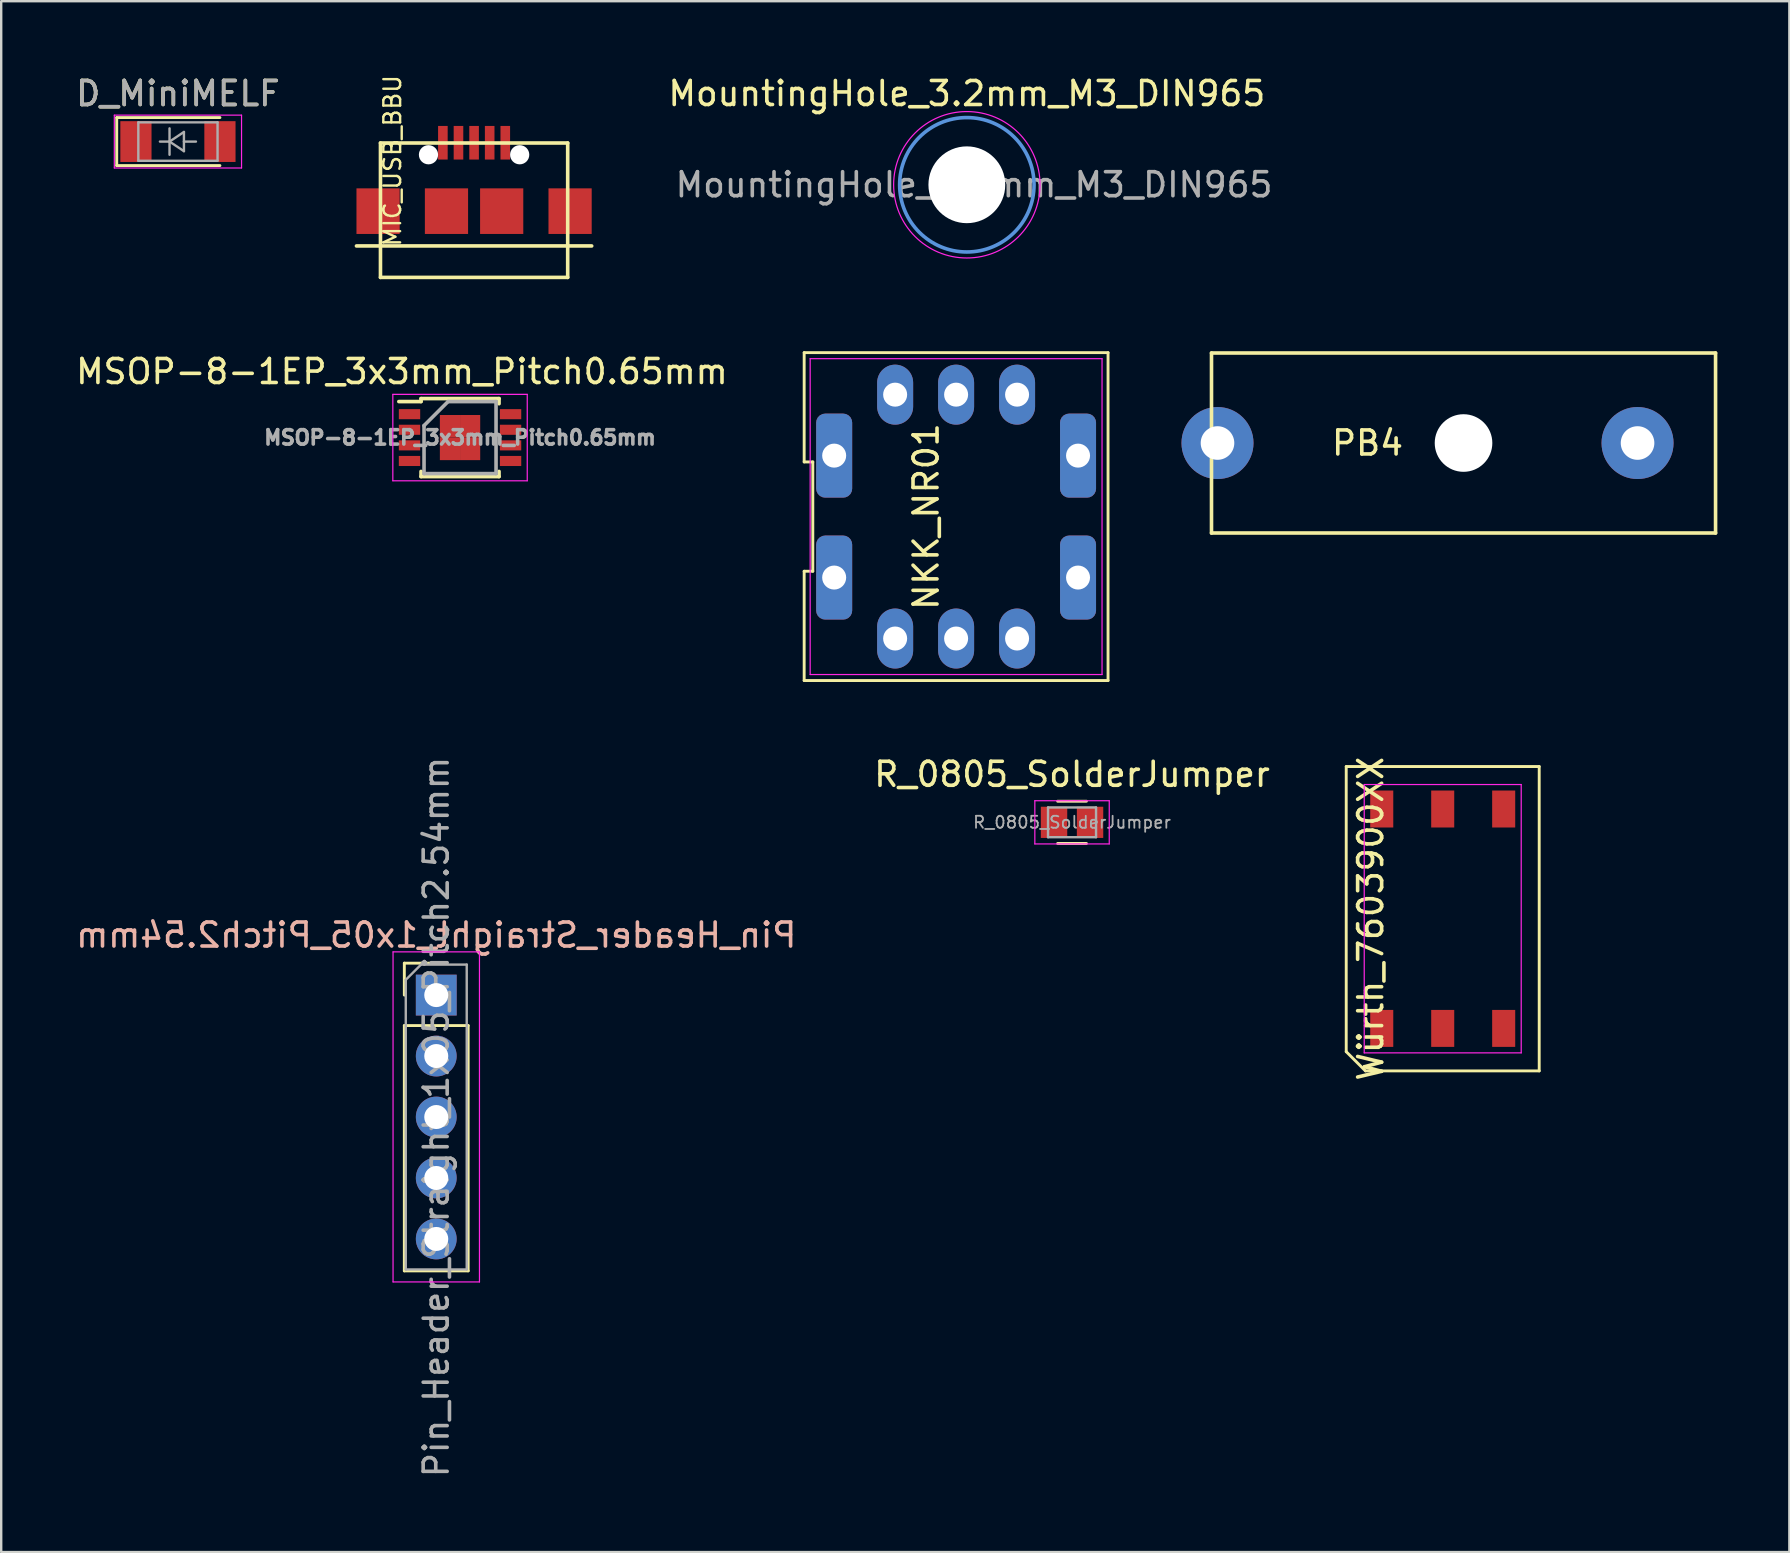
<source format=kicad_pcb>
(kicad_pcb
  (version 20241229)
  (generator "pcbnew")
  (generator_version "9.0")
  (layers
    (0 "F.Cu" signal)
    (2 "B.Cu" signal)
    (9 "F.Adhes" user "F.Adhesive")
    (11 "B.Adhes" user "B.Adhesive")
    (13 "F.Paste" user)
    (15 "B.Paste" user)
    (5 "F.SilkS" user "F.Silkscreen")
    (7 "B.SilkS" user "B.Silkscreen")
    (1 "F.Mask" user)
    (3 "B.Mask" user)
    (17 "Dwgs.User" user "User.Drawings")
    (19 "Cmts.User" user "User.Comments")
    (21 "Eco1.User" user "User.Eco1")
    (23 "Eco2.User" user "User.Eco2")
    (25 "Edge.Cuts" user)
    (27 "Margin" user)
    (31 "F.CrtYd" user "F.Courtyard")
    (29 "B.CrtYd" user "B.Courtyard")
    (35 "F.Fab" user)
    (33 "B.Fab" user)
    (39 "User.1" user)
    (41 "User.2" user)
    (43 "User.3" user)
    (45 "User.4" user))
  (footprint "R_0805_SolderJumper"
    (layer "F.Cu")
    (at 41.613 31.21)
    (property "Reference" "R_0805_SolderJumper" (at 0 -2 0) (layer "F.SilkS") (effects (font (size 1 1) (thickness 0.15))))
    (attr smd)
    (fp_line (start -0.6 -0.88) (end 0.6 -0.88) (stroke (width 0.12) (type solid)) (layer "F.SilkS"))
    (fp_line (start 0.6 0.88) (end -0.6 0.88) (stroke (width 0.12) (type solid)) (layer "F.SilkS"))
    (fp_line (start -1.55 -0.9) (end -1.55 0.9) (stroke (width 0.05) (type solid)) (layer "F.CrtYd"))
    (fp_line (start -1.55 -0.9) (end 1.55 -0.9) (stroke (width 0.05) (type solid)) (layer "F.CrtYd"))
    (fp_line (start 1.55 0.9) (end -1.55 0.9) (stroke (width 0.05) (type solid)) (layer "F.CrtYd"))
    (fp_line (start 1.55 0.9) (end 1.55 -0.9) (stroke (width 0.05) (type solid)) (layer "F.CrtYd"))
    (fp_line (start -1 -0.62) (end 1 -0.62) (stroke (width 0.1) (type solid)) (layer "F.Fab"))
    (fp_line (start -1 0.62) (end -1 -0.62) (stroke (width 0.1) (type solid)) (layer "F.Fab"))
    (fp_line (start 1 -0.62) (end 1 0.62) (stroke (width 0.1) (type solid)) (layer "F.Fab"))
    (fp_line (start 1 0.62) (end -1 0.62) (stroke (width 0.1) (type solid)) (layer "F.Fab"))
    (fp_text user "${REFERENCE}" (at 0 0 0) (layer "F.Fab") (effects (font (size 0.5 0.5) (thickness 0.075))))
    (pad "1" smd rect (at -0.75 0) (size 1.1 1.3) (layers "F.Cu" "F.Mask" "F.Paste"))
    (pad "2" smd rect (at 0.75 0) (size 1.1 1.3) (layers "F.Cu" "F.Mask" "F.Paste")))
  (footprint "NKK_NR01"
    (layer "F.Cu")
    (at 36.783 18.472)
    (property "Reference" "NKK_NR01" (at -1.25 0 90) (layer "F.SilkS") (effects (font (size 1 1) (thickness 0.15))))
    (attr through_hole)
    (fp_line (start -6.33 -6.83) (end -6.33 -2.277) (stroke (width 0.12) (type solid)) (layer "F.SilkS"))
    (fp_line (start -6.33 -2.277) (end -5.97 -2.277) (stroke (width 0.12) (type solid)) (layer "F.SilkS"))
    (fp_line (start -6.33 2.277) (end -6.33 6.83) (stroke (width 0.12) (type solid)) (layer "F.SilkS"))
    (fp_line (start -6.33 6.83) (end 6.33 6.83) (stroke (width 0.12) (type solid)) (layer "F.SilkS"))
    (fp_line (start -5.97 -2.277) (end -5.97 2.277) (stroke (width 0.12) (type solid)) (layer "F.SilkS"))
    (fp_line (start -5.97 2.277) (end -6.33 2.277) (stroke (width 0.12) (type solid)) (layer "F.SilkS"))
    (fp_line (start 6.33 -6.83) (end -6.33 -6.83) (stroke (width 0.12) (type solid)) (layer "F.SilkS"))
    (fp_line (start 6.33 6.83) (end 6.33 -6.83) (stroke (width 0.12) (type solid)) (layer "F.SilkS"))
    (fp_line (start -6.08 -6.58) (end 6.08 -6.58) (stroke (width 0.05) (type solid)) (layer "F.CrtYd"))
    (fp_line (start -6.08 6.58) (end -6.08 -6.58) (stroke (width 0.05) (type solid)) (layer "F.CrtYd"))
    (fp_line (start 6.08 -6.58) (end 6.08 6.58) (stroke (width 0.05) (type solid)) (layer "F.CrtYd"))
    (fp_line (start 6.08 6.58) (end -6.08 6.58) (stroke (width 0.05) (type solid)) (layer "F.CrtYd"))
    (pad "" thru_hole roundrect (at -5.08 -2.54) (size 1.5 3.5) (drill 1) (layers "*.Cu" "*.Mask") (roundrect_rratio 0.25))
    (pad "" thru_hole roundrect (at -5.08 2.54) (size 1.5 3.5) (drill 1) (layers "*.Cu" "*.Mask") (roundrect_rratio 0.25))
    (pad "" thru_hole roundrect (at 5.08 -2.54) (size 1.5 3.5) (drill 1) (layers "*.Cu" "*.Mask") (roundrect_rratio 0.25))
    (pad "" thru_hole roundrect (at 5.08 2.54) (size 1.5 3.5) (drill 1) (layers "*.Cu" "*.Mask") (roundrect_rratio 0.25))
    (pad "1" thru_hole oval (at -2.54 5.08) (size 1.5 2.5) (drill 1) (layers "*.Cu" "*.Mask"))
    (pad "2" thru_hole oval (at -2.54 -5.08) (size 1.5 2.5) (drill 1) (layers "*.Cu" "*.Mask"))
    (pad "3" thru_hole oval (at 0 -5.08) (size 1.5 2.5) (drill 1) (layers "*.Cu" "*.Mask"))
    (pad "4" thru_hole oval (at 2.54 -5.08) (size 1.5 2.5) (drill 1) (layers "*.Cu" "*.Mask"))
    (pad "5" thru_hole oval (at 2.54 5.08) (size 1.5 2.5) (drill 1) (layers "*.Cu" "*.Mask"))
    (pad "C" thru_hole oval (at 0 5.08) (size 1.5 2.5) (drill 1) (layers "*.Cu" "*.Mask")))
  (footprint "Pin_Header_Straight_1x05_Pitch2.54mm"
    (layer "F.Cu")
    (at 15.125 38.407)
    (property "Reference" "Pin_Header_Straight_1x05_Pitch2.54mm" (at 0 -2.5 180) (layer "B.SilkS") (effects (font (size 1 1) (thickness 0.15)) (justify mirror)))
    (attr through_hole)
    (fp_line (start -1.33 -1.33) (end 0 -1.33) (stroke (width 0.12) (type solid)) (layer "F.SilkS"))
    (fp_line (start -1.33 0) (end -1.33 -1.33) (stroke (width 0.12) (type solid)) (layer "F.SilkS"))
    (fp_line (start -1.33 1.27) (end -1.33 11.49) (stroke (width 0.12) (type solid)) (layer "F.SilkS"))
    (fp_line (start -1.33 1.27) (end 1.33 1.27) (stroke (width 0.12) (type solid)) (layer "F.SilkS"))
    (fp_line (start -1.33 11.49) (end 1.33 11.49) (stroke (width 0.12) (type solid)) (layer "F.SilkS"))
    (fp_line (start 1.33 1.27) (end 1.33 11.49) (stroke (width 0.12) (type solid)) (layer "F.SilkS"))
    (fp_line (start -1.8 -1.8) (end -1.8 11.95) (stroke (width 0.05) (type solid)) (layer "F.CrtYd"))
    (fp_line (start -1.8 11.95) (end 1.8 11.95) (stroke (width 0.05) (type solid)) (layer "F.CrtYd"))
    (fp_line (start 1.8 -1.8) (end -1.8 -1.8) (stroke (width 0.05) (type solid)) (layer "F.CrtYd"))
    (fp_line (start 1.8 11.95) (end 1.8 -1.8) (stroke (width 0.05) (type solid)) (layer "F.CrtYd"))
    (fp_line (start -1.27 -0.635) (end -0.635 -1.27) (stroke (width 0.1) (type solid)) (layer "F.Fab"))
    (fp_line (start -1.27 11.43) (end -1.27 -0.635) (stroke (width 0.1) (type solid)) (layer "F.Fab"))
    (fp_line (start -0.635 -1.27) (end 1.27 -1.27) (stroke (width 0.1) (type solid)) (layer "F.Fab"))
    (fp_line (start 1.27 -1.27) (end 1.27 11.43) (stroke (width 0.1) (type solid)) (layer "F.Fab"))
    (fp_line (start 1.27 11.43) (end -1.27 11.43) (stroke (width 0.1) (type solid)) (layer "F.Fab"))
    (fp_text user "${REFERENCE}" (at 0 5.08 90) (layer "F.Fab") (effects (font (size 1 1) (thickness 0.15))))
    (pad "1" thru_hole rect (at 0 0) (size 1.7 1.7) (drill 1) (layers "*.Cu" "*.Mask"))
    (pad "2" thru_hole oval (at 0 2.54) (size 1.7 1.7) (drill 1) (layers "*.Cu" "*.Mask"))
    (pad "3" thru_hole oval (at 0 5.08) (size 1.7 1.7) (drill 1) (layers "*.Cu" "*.Mask"))
    (pad "4" thru_hole oval (at 0 7.62) (size 1.7 1.7) (drill 1) (layers "*.Cu" "*.Mask"))
    (pad "5" thru_hole oval (at 0 10.16) (size 1.7 1.7) (drill 1) (layers "*.Cu" "*.Mask")))
  (footprint "MIC_USB_BBU"
    (layer "F.Cu")
    (at 16.701 2.197)
    (property "Reference" "MIC_USB_BBU" (at -3.4 1.45 90) (layer "F.SilkS") (effects (font (size 0.7 0.7) (thickness 0.1))))
    (attr through_hole)
    (fp_line (start -4.9 5) (end 4.9 5) (stroke (width 0.15) (type solid)) (layer "F.SilkS"))
    (fp_line (start -3.9 0.71) (end -3.9 6.31) (stroke (width 0.15) (type solid)) (layer "F.SilkS"))
    (fp_line (start -3.9 0.71) (end 3.9 0.71) (stroke (width 0.15) (type solid)) (layer "F.SilkS"))
    (fp_line (start -3.9 6.31) (end 3.9 6.31) (stroke (width 0.15) (type solid)) (layer "F.SilkS"))
    (fp_line (start 3.9 0.71) (end 3.9 6.31) (stroke (width 0.15) (type solid)) (layer "F.SilkS"))
    (pad "" np_thru_hole circle (at -1.9 1.2) (size 0.8 0.8) (drill 0.8) (layers "*.Cu" "*.Mask"))
    (pad "" np_thru_hole circle (at 1.9 1.2) (size 0.8 0.8) (drill 0.8) (layers "*.Cu" "*.Mask"))
    (pad "1" smd rect (at -1.3 0.7) (size 0.4 1.4) (layers "F.Cu" "F.Mask" "F.Paste"))
    (pad "2" smd rect (at -0.65 0.7) (size 0.4 1.4) (layers "F.Cu" "F.Mask" "F.Paste"))
    (pad "3" smd rect (at 0 0.7) (size 0.4 1.4) (layers "F.Cu" "F.Mask" "F.Paste"))
    (pad "4" smd rect (at 0.65 0.7) (size 0.4 1.4) (layers "F.Cu" "F.Mask" "F.Paste"))
    (pad "5" smd rect (at 1.3 0.7) (size 0.4 1.4) (layers "F.Cu" "F.Mask" "F.Paste"))
    (pad "6" smd rect (at -4 3.55) (size 1.8 1.9) (layers "F.Cu" "F.Mask" "F.Paste"))
    (pad "6" smd rect (at -1.15 3.55) (size 1.8 1.9) (layers "F.Cu" "F.Mask" "F.Paste"))
    (pad "6" smd rect (at 1.15 3.55) (size 1.8 1.9) (layers "F.Cu" "F.Mask" "F.Paste"))
    (pad "6" smd rect (at 4 3.55) (size 1.8 1.9) (layers "F.Cu" "F.Mask" "F.Paste")))
  (footprint "D_MiniMELF"
    (layer "F.Cu")
    (at 4.363 2.848)
    (property "Reference" "D_MiniMELF" (at 0 -2 180) (layer "F.SilkS") (effects (font (size 1 1) (thickness 0.15))))
    (attr smd)
    (fp_line (start -2.55 -1) (end -2.55 1) (stroke (width 0.12) (type solid)) (layer "F.SilkS"))
    (fp_line (start -2.55 1) (end 1.75 1) (stroke (width 0.12) (type solid)) (layer "F.SilkS"))
    (fp_line (start 1.75 -1) (end -2.55 -1) (stroke (width 0.12) (type solid)) (layer "F.SilkS"))
    (fp_line (start -2.65 -1.1) (end 2.65 -1.1) (stroke (width 0.05) (type solid)) (layer "F.CrtYd"))
    (fp_line (start -2.65 1.1) (end -2.65 -1.1) (stroke (width 0.05) (type solid)) (layer "F.CrtYd"))
    (fp_line (start 2.65 -1.1) (end 2.65 1.1) (stroke (width 0.05) (type solid)) (layer "F.CrtYd"))
    (fp_line (start 2.65 1.1) (end -2.65 1.1) (stroke (width 0.05) (type solid)) (layer "F.CrtYd"))
    (fp_line (start -1.65 -0.8) (end 1.65 -0.8) (stroke (width 0.1) (type solid)) (layer "F.Fab"))
    (fp_line (start -1.65 0.8) (end -1.65 -0.8) (stroke (width 0.1) (type solid)) (layer "F.Fab"))
    (fp_line (start -0.75 0) (end -0.35 0) (stroke (width 0.1) (type solid)) (layer "F.Fab"))
    (fp_line (start -0.35 0) (end -0.35 -0.55) (stroke (width 0.1) (type solid)) (layer "F.Fab"))
    (fp_line (start -0.35 0) (end -0.35 0.55) (stroke (width 0.1) (type solid)) (layer "F.Fab"))
    (fp_line (start -0.35 0) (end 0.25 -0.4) (stroke (width 0.1) (type solid)) (layer "F.Fab"))
    (fp_line (start 0.25 -0.4) (end 0.25 0.4) (stroke (width 0.1) (type solid)) (layer "F.Fab"))
    (fp_line (start 0.25 0) (end 0.75 0) (stroke (width 0.1) (type solid)) (layer "F.Fab"))
    (fp_line (start 0.25 0.4) (end -0.35 0) (stroke (width 0.1) (type solid)) (layer "F.Fab"))
    (fp_line (start 1.65 -0.8) (end 1.65 0.8) (stroke (width 0.1) (type solid)) (layer "F.Fab"))
    (fp_line (start 1.65 0.8) (end -1.65 0.8) (stroke (width 0.1) (type solid)) (layer "F.Fab"))
    (fp_text user "${REFERENCE}" (at 0 -2 180) (layer "F.Fab") (effects (font (size 1 1) (thickness 0.15))))
    (pad "1" smd rect (at -1.75 0) (size 1.3 1.7) (layers "F.Cu" "F.Mask" "F.Paste"))
    (pad "2" smd rect (at 1.75 0) (size 1.3 1.7) (layers "F.Cu" "F.Mask" "F.Paste")))
  (footprint "PB4"
    (layer "F.Cu")
    (at 57.923 15.407)
    (property "Reference" "PB4" (at -4 0 180) (layer "F.SilkS") (effects (font (size 1 1) (thickness 0.15))))
    (attr through_hole)
    (fp_line (start -10.5 -3.75) (end 10.5 -3.75) (stroke (width 0.15) (type solid)) (layer "F.SilkS"))
    (fp_line (start -10.5 3.75) (end -10.5 -3.75) (stroke (width 0.15) (type solid)) (layer "F.SilkS"))
    (fp_line (start -10.5 3.75) (end 10.5 3.75) (stroke (width 0.15) (type solid)) (layer "F.SilkS"))
    (fp_line (start 10.5 -3.75) (end 10.5 3.75) (stroke (width 0.15) (type solid)) (layer "F.SilkS"))
    (pad "" np_thru_hole circle (at 0 0) (size 2.4 2.4) (drill 2.4) (layers "*.Cu" "*.Mask"))
    (pad "1" thru_hole oval (at -10.25 0) (size 3 3) (drill 1.4) (layers "*.Cu" "*.Mask"))
    (pad "1" thru_hole oval (at 7.25 0) (size 3 3) (drill 1.4) (layers "*.Cu" "*.Mask")))
  (footprint "MountingHole_3.2mm_M3_DIN965"
    (layer "F.Cu")
    (at 37.23 4.648)
    (property "Reference" "MountingHole_3.2mm_M3_DIN965" (at 0 -3.8 0) (layer "F.SilkS") (effects (font (size 1 1) (thickness 0.15))))
    (attr exclude_from_pos_files exclude_from_bom)
    (fp_circle (center 0 0) (end 2.8 0) (stroke (width 0.15) (type solid)) (fill no) (layer "Cmts.User"))
    (fp_circle (center 0 0) (end 3.05 0) (stroke (width 0.05) (type solid)) (fill no) (layer "F.CrtYd"))
    (fp_text user "${REFERENCE}" (at 0.3 0 0) (layer "F.Fab") (effects (font (size 1 1) (thickness 0.15))))
    (pad "" np_thru_hole circle (at 0 0) (size 3.2 3.2) (drill 3.2) (layers "*.Cu" "*.Mask")))
  (footprint "Würth_7603900XX"
    (layer "F.Cu")
    (at 57.056 35.225)
    (property "Reference" "Würth_7603900XX" (at -3 0 270) (layer "F.SilkS") (effects (font (size 1 1) (thickness 0.15))))
    (attr smd)
    (fp_line (start -4.02 -6.34) (end 4.02 -6.34) (stroke (width 0.12) (type solid)) (layer "F.SilkS"))
    (fp_line (start -4.02 5.54) (end -4.02 -6.34) (stroke (width 0.12) (type solid)) (layer "F.SilkS"))
    (fp_line (start -3.22 6.34) (end -4.02 5.54) (stroke (width 0.12) (type solid)) (layer "F.SilkS"))
    (fp_line (start 4.02 -6.34) (end 4.02 6.34) (stroke (width 0.12) (type solid)) (layer "F.SilkS"))
    (fp_line (start 4.02 6.34) (end -3.22 6.34) (stroke (width 0.12) (type solid)) (layer "F.SilkS"))
    (fp_line (start -3.27 -5.59) (end 3.27 -5.59) (stroke (width 0.05) (type solid)) (layer "F.CrtYd"))
    (fp_line (start -3.27 5.59) (end -3.27 -5.59) (stroke (width 0.05) (type solid)) (layer "F.CrtYd"))
    (fp_line (start 3.27 -5.59) (end 3.27 5.59) (stroke (width 0.05) (type solid)) (layer "F.CrtYd"))
    (fp_line (start 3.27 5.59) (end -3.27 5.59) (stroke (width 0.05) (type solid)) (layer "F.CrtYd"))
    (pad "1" smd rect (at -2.54 4.57) (size 0.96 1.54) (layers "F.Cu" "F.Mask" "F.Paste"))
    (pad "2" smd rect (at 0 4.57) (size 0.96 1.54) (layers "F.Cu" "F.Mask" "F.Paste"))
    (pad "3" smd rect (at 2.54 4.57) (size 0.96 1.54) (layers "F.Cu" "F.Mask" "F.Paste"))
    (pad "4" smd rect (at 2.54 -4.57) (size 0.96 1.54) (layers "F.Cu" "F.Mask" "F.Paste"))
    (pad "5" smd rect (at 0 -4.57) (size 0.96 1.54) (layers "F.Cu" "F.Mask" "F.Paste"))
    (pad "6" smd rect (at -2.54 -4.57) (size 0.96 1.54) (layers "F.Cu" "F.Mask" "F.Paste")))
  (footprint "MSOP-8-1EP_3x3mm_Pitch0.65mm"
    (layer "F.Cu")
    (at 16.116 15.18)
    (property "Reference" "MSOP-8-1EP_3x3mm_Pitch0.65mm" (at -2.42 -2.75 0) (layer "F.SilkS") (effects (font (size 1 1) (thickness 0.15))))
    (attr smd)
    (fp_line (start -1.625 -1.625) (end -1.625 -1.5) (stroke (width 0.15) (type solid)) (layer "F.SilkS"))
    (fp_line (start -1.625 -1.625) (end 1.625 -1.625) (stroke (width 0.15) (type solid)) (layer "F.SilkS"))
    (fp_line (start -1.625 -1.5) (end -2.55 -1.5) (stroke (width 0.15) (type solid)) (layer "F.SilkS"))
    (fp_line (start -1.625 1.625) (end -1.625 1.41) (stroke (width 0.15) (type solid)) (layer "F.SilkS"))
    (fp_line (start -1.625 1.625) (end 1.625 1.625) (stroke (width 0.15) (type solid)) (layer "F.SilkS"))
    (fp_line (start 1.625 -1.625) (end 1.625 -1.41) (stroke (width 0.15) (type solid)) (layer "F.SilkS"))
    (fp_line (start 1.625 1.625) (end 1.625 1.41) (stroke (width 0.15) (type solid)) (layer "F.SilkS"))
    (fp_line (start -2.8 -1.8) (end -2.8 1.8) (stroke (width 0.05) (type solid)) (layer "F.CrtYd"))
    (fp_line (start -2.8 -1.8) (end 2.8 -1.8) (stroke (width 0.05) (type solid)) (layer "F.CrtYd"))
    (fp_line (start -2.8 1.8) (end 2.8 1.8) (stroke (width 0.05) (type solid)) (layer "F.CrtYd"))
    (fp_line (start 2.8 -1.8) (end 2.8 1.8) (stroke (width 0.05) (type solid)) (layer "F.CrtYd"))
    (fp_line (start -1.5 -0.5) (end -0.5 -1.5) (stroke (width 0.15) (type solid)) (layer "F.Fab"))
    (fp_line (start -1.5 1.5) (end -1.5 -0.5) (stroke (width 0.15) (type solid)) (layer "F.Fab"))
    (fp_line (start -0.5 -1.5) (end 1.5 -1.5) (stroke (width 0.15) (type solid)) (layer "F.Fab"))
    (fp_line (start 1.5 -1.5) (end 1.5 1.5) (stroke (width 0.15) (type solid)) (layer "F.Fab"))
    (fp_line (start 1.5 1.5) (end -1.5 1.5) (stroke (width 0.15) (type solid)) (layer "F.Fab"))
    (fp_text user "${REFERENCE}" (at 0 0 0) (layer "F.Fab") (effects (font (size 0.6 0.6) (thickness 0.15))))
    (pad "1" smd rect (at -2.105 -0.975) (size 0.89 0.42) (layers "F.Cu" "F.Mask" "F.Paste"))
    (pad "2" smd rect (at -2.105 -0.325) (size 0.89 0.42) (layers "F.Cu" "F.Mask" "F.Paste"))
    (pad "3" smd rect (at -2.105 0.325) (size 0.89 0.42) (layers "F.Cu" "F.Mask" "F.Paste"))
    (pad "4" smd rect (at -2.105 0.975) (size 0.89 0.42) (layers "F.Cu" "F.Mask" "F.Paste"))
    (pad "5" smd rect (at 2.105 0.975) (size 0.89 0.42) (layers "F.Cu" "F.Mask" "F.Paste"))
    (pad "6" smd rect (at 2.105 0.325) (size 0.89 0.42) (layers "F.Cu" "F.Mask" "F.Paste"))
    (pad "7" smd rect (at 2.105 -0.325) (size 0.89 0.42) (layers "F.Cu" "F.Mask" "F.Paste"))
    (pad "8" smd rect (at 2.105 -0.975) (size 0.89 0.42) (layers "F.Cu" "F.Mask" "F.Paste"))
    (pad "9" smd rect (at -0.42 -0.47) (size 0.84 0.94) (layers "F.Cu" "F.Mask" "F.Paste"))
    (pad "9" smd rect (at -0.42 0.47) (size 0.84 0.94) (layers "F.Cu" "F.Mask" "F.Paste"))
    (pad "9" smd rect (at 0.42 -0.47) (size 0.84 0.94) (layers "F.Cu" "F.Mask" "F.Paste"))
    (pad "9" smd rect (at 0.42 0.47) (size 0.84 0.94) (layers "F.Cu" "F.Mask" "F.Paste")))
  (gr_rect
    (start -3 -3)
    (end 71.498 61.612)
    (stroke (width 0.1) (type default))
    (fill no)
    (layer "Edge.Cuts")))
</source>
